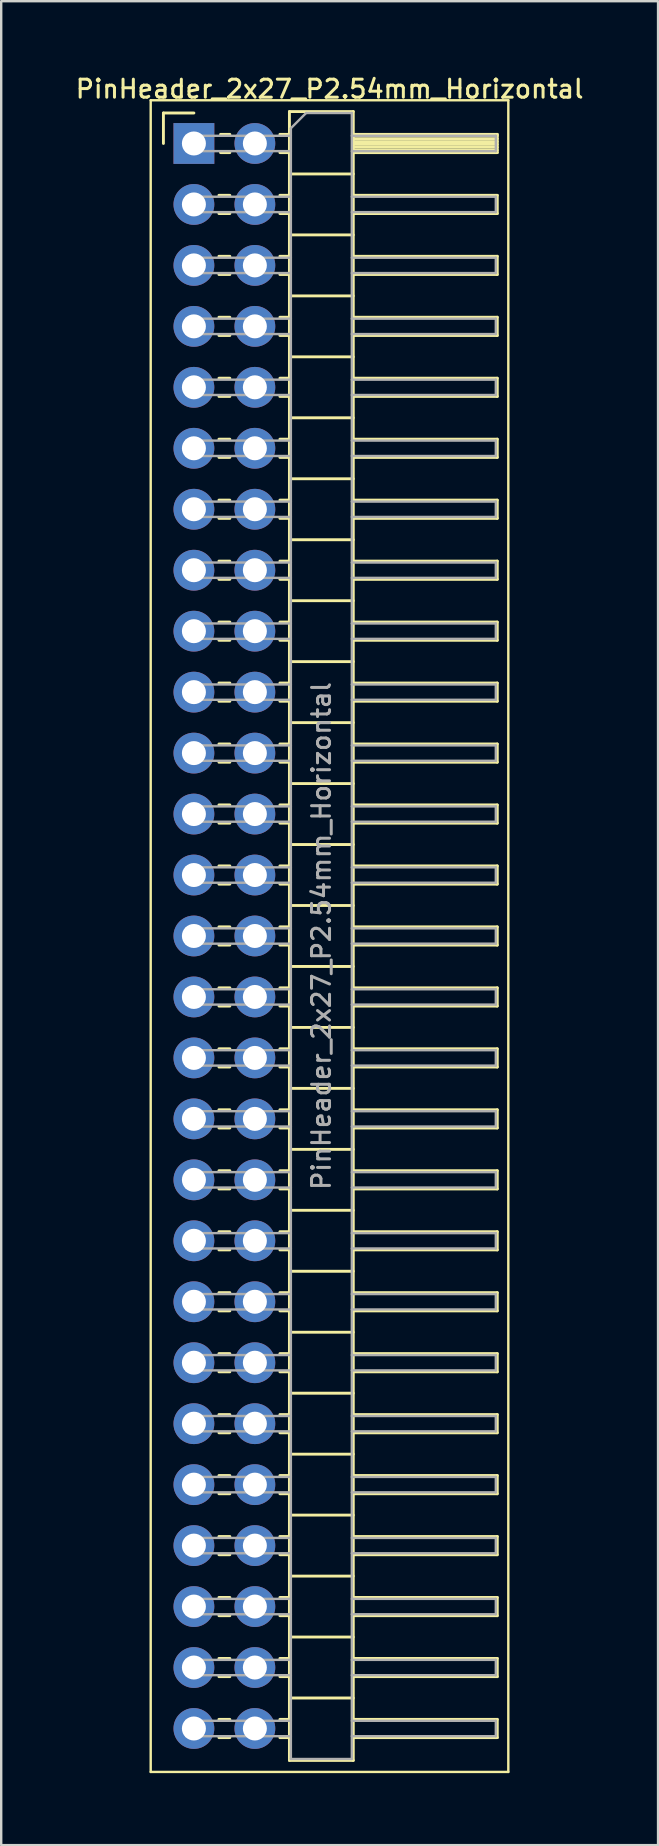
<source format=kicad_pcb>
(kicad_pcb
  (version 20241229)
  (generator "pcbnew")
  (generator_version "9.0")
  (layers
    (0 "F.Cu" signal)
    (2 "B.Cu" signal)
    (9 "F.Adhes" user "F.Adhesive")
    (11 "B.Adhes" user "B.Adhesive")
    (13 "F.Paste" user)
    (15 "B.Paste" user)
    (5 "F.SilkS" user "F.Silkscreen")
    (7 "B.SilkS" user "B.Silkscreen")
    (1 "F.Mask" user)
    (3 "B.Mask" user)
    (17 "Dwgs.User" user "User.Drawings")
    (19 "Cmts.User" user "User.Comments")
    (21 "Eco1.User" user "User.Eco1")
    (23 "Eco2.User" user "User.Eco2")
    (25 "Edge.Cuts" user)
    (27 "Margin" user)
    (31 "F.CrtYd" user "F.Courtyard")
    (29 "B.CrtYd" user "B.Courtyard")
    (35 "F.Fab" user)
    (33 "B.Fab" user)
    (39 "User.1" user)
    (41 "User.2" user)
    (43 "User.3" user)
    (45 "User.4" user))
  (footprint "PinHeader_2x27_P2.54mm_Horizontal"
    (layer "F.Cu")
    (at 5.029 2.928)
    (property "Reference" "PinHeader_2x27_P2.54mm_Horizontal" (at 5.655 -2.27 0) (layer "F.SilkS") (effects (font (size 0.75 0.75) (thickness 0.125))))
    (attr through_hole)
    (fp_line (start -1.8 -1.8) (end -1.8 67.85) (stroke (width 0.1) (type solid)) (layer "F.SilkS"))
    (fp_line (start -1.8 67.85) (end 13.1 67.85) (stroke (width 0.1) (type solid)) (layer "F.SilkS"))
    (fp_line (start -1.27 -1.27) (end 0 -1.27) (stroke (width 0.12) (type solid)) (layer "F.SilkS"))
    (fp_line (start -1.27 0) (end -1.27 -1.27) (stroke (width 0.12) (type solid)) (layer "F.SilkS"))
    (fp_line (start 1.043 2.16) (end 1.497 2.16) (stroke (width 0.12) (type solid)) (layer "F.SilkS"))
    (fp_line (start 1.043 2.92) (end 1.497 2.92) (stroke (width 0.12) (type solid)) (layer "F.SilkS"))
    (fp_line (start 1.043 4.7) (end 1.497 4.7) (stroke (width 0.12) (type solid)) (layer "F.SilkS"))
    (fp_line (start 1.043 5.46) (end 1.497 5.46) (stroke (width 0.12) (type solid)) (layer "F.SilkS"))
    (fp_line (start 1.043 7.24) (end 1.497 7.24) (stroke (width 0.12) (type solid)) (layer "F.SilkS"))
    (fp_line (start 1.043 8) (end 1.497 8) (stroke (width 0.12) (type solid)) (layer "F.SilkS"))
    (fp_line (start 1.043 9.78) (end 1.497 9.78) (stroke (width 0.12) (type solid)) (layer "F.SilkS"))
    (fp_line (start 1.043 10.54) (end 1.497 10.54) (stroke (width 0.12) (type solid)) (layer "F.SilkS"))
    (fp_line (start 1.043 12.32) (end 1.497 12.32) (stroke (width 0.12) (type solid)) (layer "F.SilkS"))
    (fp_line (start 1.043 13.08) (end 1.497 13.08) (stroke (width 0.12) (type solid)) (layer "F.SilkS"))
    (fp_line (start 1.043 14.86) (end 1.497 14.86) (stroke (width 0.12) (type solid)) (layer "F.SilkS"))
    (fp_line (start 1.043 15.62) (end 1.497 15.62) (stroke (width 0.12) (type solid)) (layer "F.SilkS"))
    (fp_line (start 1.043 17.4) (end 1.497 17.4) (stroke (width 0.12) (type solid)) (layer "F.SilkS"))
    (fp_line (start 1.043 18.16) (end 1.497 18.16) (stroke (width 0.12) (type solid)) (layer "F.SilkS"))
    (fp_line (start 1.043 19.94) (end 1.497 19.94) (stroke (width 0.12) (type solid)) (layer "F.SilkS"))
    (fp_line (start 1.043 20.7) (end 1.497 20.7) (stroke (width 0.12) (type solid)) (layer "F.SilkS"))
    (fp_line (start 1.043 22.48) (end 1.497 22.48) (stroke (width 0.12) (type solid)) (layer "F.SilkS"))
    (fp_line (start 1.043 23.24) (end 1.497 23.24) (stroke (width 0.12) (type solid)) (layer "F.SilkS"))
    (fp_line (start 1.043 25.02) (end 1.497 25.02) (stroke (width 0.12) (type solid)) (layer "F.SilkS"))
    (fp_line (start 1.043 25.78) (end 1.497 25.78) (stroke (width 0.12) (type solid)) (layer "F.SilkS"))
    (fp_line (start 1.043 27.56) (end 1.497 27.56) (stroke (width 0.12) (type solid)) (layer "F.SilkS"))
    (fp_line (start 1.043 28.32) (end 1.497 28.32) (stroke (width 0.12) (type solid)) (layer "F.SilkS"))
    (fp_line (start 1.043 30.1) (end 1.497 30.1) (stroke (width 0.12) (type solid)) (layer "F.SilkS"))
    (fp_line (start 1.043 30.86) (end 1.497 30.86) (stroke (width 0.12) (type solid)) (layer "F.SilkS"))
    (fp_line (start 1.043 32.64) (end 1.497 32.64) (stroke (width 0.12) (type solid)) (layer "F.SilkS"))
    (fp_line (start 1.043 33.4) (end 1.497 33.4) (stroke (width 0.12) (type solid)) (layer "F.SilkS"))
    (fp_line (start 1.043 35.18) (end 1.497 35.18) (stroke (width 0.12) (type solid)) (layer "F.SilkS"))
    (fp_line (start 1.043 35.94) (end 1.497 35.94) (stroke (width 0.12) (type solid)) (layer "F.SilkS"))
    (fp_line (start 1.043 37.72) (end 1.497 37.72) (stroke (width 0.12) (type solid)) (layer "F.SilkS"))
    (fp_line (start 1.043 38.48) (end 1.497 38.48) (stroke (width 0.12) (type solid)) (layer "F.SilkS"))
    (fp_line (start 1.043 40.26) (end 1.497 40.26) (stroke (width 0.12) (type solid)) (layer "F.SilkS"))
    (fp_line (start 1.043 41.02) (end 1.497 41.02) (stroke (width 0.12) (type solid)) (layer "F.SilkS"))
    (fp_line (start 1.043 42.8) (end 1.497 42.8) (stroke (width 0.12) (type solid)) (layer "F.SilkS"))
    (fp_line (start 1.043 43.56) (end 1.497 43.56) (stroke (width 0.12) (type solid)) (layer "F.SilkS"))
    (fp_line (start 1.043 45.34) (end 1.497 45.34) (stroke (width 0.12) (type solid)) (layer "F.SilkS"))
    (fp_line (start 1.043 46.1) (end 1.497 46.1) (stroke (width 0.12) (type solid)) (layer "F.SilkS"))
    (fp_line (start 1.043 47.88) (end 1.497 47.88) (stroke (width 0.12) (type solid)) (layer "F.SilkS"))
    (fp_line (start 1.043 48.64) (end 1.497 48.64) (stroke (width 0.12) (type solid)) (layer "F.SilkS"))
    (fp_line (start 1.043 50.42) (end 1.497 50.42) (stroke (width 0.12) (type solid)) (layer "F.SilkS"))
    (fp_line (start 1.043 51.18) (end 1.497 51.18) (stroke (width 0.12) (type solid)) (layer "F.SilkS"))
    (fp_line (start 1.043 52.96) (end 1.497 52.96) (stroke (width 0.12) (type solid)) (layer "F.SilkS"))
    (fp_line (start 1.043 53.72) (end 1.497 53.72) (stroke (width 0.12) (type solid)) (layer "F.SilkS"))
    (fp_line (start 1.043 55.5) (end 1.497 55.5) (stroke (width 0.12) (type solid)) (layer "F.SilkS"))
    (fp_line (start 1.043 56.26) (end 1.497 56.26) (stroke (width 0.12) (type solid)) (layer "F.SilkS"))
    (fp_line (start 1.043 58.04) (end 1.497 58.04) (stroke (width 0.12) (type solid)) (layer "F.SilkS"))
    (fp_line (start 1.043 58.8) (end 1.497 58.8) (stroke (width 0.12) (type solid)) (layer "F.SilkS"))
    (fp_line (start 1.043 60.58) (end 1.497 60.58) (stroke (width 0.12) (type solid)) (layer "F.SilkS"))
    (fp_line (start 1.043 61.34) (end 1.497 61.34) (stroke (width 0.12) (type solid)) (layer "F.SilkS"))
    (fp_line (start 1.043 63.12) (end 1.497 63.12) (stroke (width 0.12) (type solid)) (layer "F.SilkS"))
    (fp_line (start 1.043 63.88) (end 1.497 63.88) (stroke (width 0.12) (type solid)) (layer "F.SilkS"))
    (fp_line (start 1.043 65.66) (end 1.497 65.66) (stroke (width 0.12) (type solid)) (layer "F.SilkS"))
    (fp_line (start 1.043 66.42) (end 1.497 66.42) (stroke (width 0.12) (type solid)) (layer "F.SilkS"))
    (fp_line (start 1.11 -0.38) (end 1.497 -0.38) (stroke (width 0.12) (type solid)) (layer "F.SilkS"))
    (fp_line (start 1.11 0.38) (end 1.497 0.38) (stroke (width 0.12) (type solid)) (layer "F.SilkS"))
    (fp_line (start 3.583 -0.38) (end 3.98 -0.38) (stroke (width 0.12) (type solid)) (layer "F.SilkS"))
    (fp_line (start 3.583 0.38) (end 3.98 0.38) (stroke (width 0.12) (type solid)) (layer "F.SilkS"))
    (fp_line (start 3.583 2.16) (end 3.98 2.16) (stroke (width 0.12) (type solid)) (layer "F.SilkS"))
    (fp_line (start 3.583 2.92) (end 3.98 2.92) (stroke (width 0.12) (type solid)) (layer "F.SilkS"))
    (fp_line (start 3.583 4.7) (end 3.98 4.7) (stroke (width 0.12) (type solid)) (layer "F.SilkS"))
    (fp_line (start 3.583 5.46) (end 3.98 5.46) (stroke (width 0.12) (type solid)) (layer "F.SilkS"))
    (fp_line (start 3.583 7.24) (end 3.98 7.24) (stroke (width 0.12) (type solid)) (layer "F.SilkS"))
    (fp_line (start 3.583 8) (end 3.98 8) (stroke (width 0.12) (type solid)) (layer "F.SilkS"))
    (fp_line (start 3.583 9.78) (end 3.98 9.78) (stroke (width 0.12) (type solid)) (layer "F.SilkS"))
    (fp_line (start 3.583 10.54) (end 3.98 10.54) (stroke (width 0.12) (type solid)) (layer "F.SilkS"))
    (fp_line (start 3.583 12.32) (end 3.98 12.32) (stroke (width 0.12) (type solid)) (layer "F.SilkS"))
    (fp_line (start 3.583 13.08) (end 3.98 13.08) (stroke (width 0.12) (type solid)) (layer "F.SilkS"))
    (fp_line (start 3.583 14.86) (end 3.98 14.86) (stroke (width 0.12) (type solid)) (layer "F.SilkS"))
    (fp_line (start 3.583 15.62) (end 3.98 15.62) (stroke (width 0.12) (type solid)) (layer "F.SilkS"))
    (fp_line (start 3.583 17.4) (end 3.98 17.4) (stroke (width 0.12) (type solid)) (layer "F.SilkS"))
    (fp_line (start 3.583 18.16) (end 3.98 18.16) (stroke (width 0.12) (type solid)) (layer "F.SilkS"))
    (fp_line (start 3.583 19.94) (end 3.98 19.94) (stroke (width 0.12) (type solid)) (layer "F.SilkS"))
    (fp_line (start 3.583 20.7) (end 3.98 20.7) (stroke (width 0.12) (type solid)) (layer "F.SilkS"))
    (fp_line (start 3.583 22.48) (end 3.98 22.48) (stroke (width 0.12) (type solid)) (layer "F.SilkS"))
    (fp_line (start 3.583 23.24) (end 3.98 23.24) (stroke (width 0.12) (type solid)) (layer "F.SilkS"))
    (fp_line (start 3.583 25.02) (end 3.98 25.02) (stroke (width 0.12) (type solid)) (layer "F.SilkS"))
    (fp_line (start 3.583 25.78) (end 3.98 25.78) (stroke (width 0.12) (type solid)) (layer "F.SilkS"))
    (fp_line (start 3.583 27.56) (end 3.98 27.56) (stroke (width 0.12) (type solid)) (layer "F.SilkS"))
    (fp_line (start 3.583 28.32) (end 3.98 28.32) (stroke (width 0.12) (type solid)) (layer "F.SilkS"))
    (fp_line (start 3.583 30.1) (end 3.98 30.1) (stroke (width 0.12) (type solid)) (layer "F.SilkS"))
    (fp_line (start 3.583 30.86) (end 3.98 30.86) (stroke (width 0.12) (type solid)) (layer "F.SilkS"))
    (fp_line (start 3.583 32.64) (end 3.98 32.64) (stroke (width 0.12) (type solid)) (layer "F.SilkS"))
    (fp_line (start 3.583 33.4) (end 3.98 33.4) (stroke (width 0.12) (type solid)) (layer "F.SilkS"))
    (fp_line (start 3.583 35.18) (end 3.98 35.18) (stroke (width 0.12) (type solid)) (layer "F.SilkS"))
    (fp_line (start 3.583 35.94) (end 3.98 35.94) (stroke (width 0.12) (type solid)) (layer "F.SilkS"))
    (fp_line (start 3.583 37.72) (end 3.98 37.72) (stroke (width 0.12) (type solid)) (layer "F.SilkS"))
    (fp_line (start 3.583 38.48) (end 3.98 38.48) (stroke (width 0.12) (type solid)) (layer "F.SilkS"))
    (fp_line (start 3.583 40.26) (end 3.98 40.26) (stroke (width 0.12) (type solid)) (layer "F.SilkS"))
    (fp_line (start 3.583 41.02) (end 3.98 41.02) (stroke (width 0.12) (type solid)) (layer "F.SilkS"))
    (fp_line (start 3.583 42.8) (end 3.98 42.8) (stroke (width 0.12) (type solid)) (layer "F.SilkS"))
    (fp_line (start 3.583 43.56) (end 3.98 43.56) (stroke (width 0.12) (type solid)) (layer "F.SilkS"))
    (fp_line (start 3.583 45.34) (end 3.98 45.34) (stroke (width 0.12) (type solid)) (layer "F.SilkS"))
    (fp_line (start 3.583 46.1) (end 3.98 46.1) (stroke (width 0.12) (type solid)) (layer "F.SilkS"))
    (fp_line (start 3.583 47.88) (end 3.98 47.88) (stroke (width 0.12) (type solid)) (layer "F.SilkS"))
    (fp_line (start 3.583 48.64) (end 3.98 48.64) (stroke (width 0.12) (type solid)) (layer "F.SilkS"))
    (fp_line (start 3.583 50.42) (end 3.98 50.42) (stroke (width 0.12) (type solid)) (layer "F.SilkS"))
    (fp_line (start 3.583 51.18) (end 3.98 51.18) (stroke (width 0.12) (type solid)) (layer "F.SilkS"))
    (fp_line (start 3.583 52.96) (end 3.98 52.96) (stroke (width 0.12) (type solid)) (layer "F.SilkS"))
    (fp_line (start 3.583 53.72) (end 3.98 53.72) (stroke (width 0.12) (type solid)) (layer "F.SilkS"))
    (fp_line (start 3.583 55.5) (end 3.98 55.5) (stroke (width 0.12) (type solid)) (layer "F.SilkS"))
    (fp_line (start 3.583 56.26) (end 3.98 56.26) (stroke (width 0.12) (type solid)) (layer "F.SilkS"))
    (fp_line (start 3.583 58.04) (end 3.98 58.04) (stroke (width 0.12) (type solid)) (layer "F.SilkS"))
    (fp_line (start 3.583 58.8) (end 3.98 58.8) (stroke (width 0.12) (type solid)) (layer "F.SilkS"))
    (fp_line (start 3.583 60.58) (end 3.98 60.58) (stroke (width 0.12) (type solid)) (layer "F.SilkS"))
    (fp_line (start 3.583 61.34) (end 3.98 61.34) (stroke (width 0.12) (type solid)) (layer "F.SilkS"))
    (fp_line (start 3.583 63.12) (end 3.98 63.12) (stroke (width 0.12) (type solid)) (layer "F.SilkS"))
    (fp_line (start 3.583 63.88) (end 3.98 63.88) (stroke (width 0.12) (type solid)) (layer "F.SilkS"))
    (fp_line (start 3.583 65.66) (end 3.98 65.66) (stroke (width 0.12) (type solid)) (layer "F.SilkS"))
    (fp_line (start 3.583 66.42) (end 3.98 66.42) (stroke (width 0.12) (type solid)) (layer "F.SilkS"))
    (fp_line (start 3.98 -1.33) (end 3.98 67.37) (stroke (width 0.12) (type solid)) (layer "F.SilkS"))
    (fp_line (start 3.98 1.27) (end 6.64 1.27) (stroke (width 0.12) (type solid)) (layer "F.SilkS"))
    (fp_line (start 3.98 3.81) (end 6.64 3.81) (stroke (width 0.12) (type solid)) (layer "F.SilkS"))
    (fp_line (start 3.98 6.35) (end 6.64 6.35) (stroke (width 0.12) (type solid)) (layer "F.SilkS"))
    (fp_line (start 3.98 8.89) (end 6.64 8.89) (stroke (width 0.12) (type solid)) (layer "F.SilkS"))
    (fp_line (start 3.98 11.43) (end 6.64 11.43) (stroke (width 0.12) (type solid)) (layer "F.SilkS"))
    (fp_line (start 3.98 13.97) (end 6.64 13.97) (stroke (width 0.12) (type solid)) (layer "F.SilkS"))
    (fp_line (start 3.98 16.51) (end 6.64 16.51) (stroke (width 0.12) (type solid)) (layer "F.SilkS"))
    (fp_line (start 3.98 19.05) (end 6.64 19.05) (stroke (width 0.12) (type solid)) (layer "F.SilkS"))
    (fp_line (start 3.98 21.59) (end 6.64 21.59) (stroke (width 0.12) (type solid)) (layer "F.SilkS"))
    (fp_line (start 3.98 24.13) (end 6.64 24.13) (stroke (width 0.12) (type solid)) (layer "F.SilkS"))
    (fp_line (start 3.98 26.67) (end 6.64 26.67) (stroke (width 0.12) (type solid)) (layer "F.SilkS"))
    (fp_line (start 3.98 29.21) (end 6.64 29.21) (stroke (width 0.12) (type solid)) (layer "F.SilkS"))
    (fp_line (start 3.98 31.75) (end 6.64 31.75) (stroke (width 0.12) (type solid)) (layer "F.SilkS"))
    (fp_line (start 3.98 34.29) (end 6.64 34.29) (stroke (width 0.12) (type solid)) (layer "F.SilkS"))
    (fp_line (start 3.98 36.83) (end 6.64 36.83) (stroke (width 0.12) (type solid)) (layer "F.SilkS"))
    (fp_line (start 3.98 39.37) (end 6.64 39.37) (stroke (width 0.12) (type solid)) (layer "F.SilkS"))
    (fp_line (start 3.98 41.91) (end 6.64 41.91) (stroke (width 0.12) (type solid)) (layer "F.SilkS"))
    (fp_line (start 3.98 44.45) (end 6.64 44.45) (stroke (width 0.12) (type solid)) (layer "F.SilkS"))
    (fp_line (start 3.98 46.99) (end 6.64 46.99) (stroke (width 0.12) (type solid)) (layer "F.SilkS"))
    (fp_line (start 3.98 49.53) (end 6.64 49.53) (stroke (width 0.12) (type solid)) (layer "F.SilkS"))
    (fp_line (start 3.98 52.07) (end 6.64 52.07) (stroke (width 0.12) (type solid)) (layer "F.SilkS"))
    (fp_line (start 3.98 54.61) (end 6.64 54.61) (stroke (width 0.12) (type solid)) (layer "F.SilkS"))
    (fp_line (start 3.98 57.15) (end 6.64 57.15) (stroke (width 0.12) (type solid)) (layer "F.SilkS"))
    (fp_line (start 3.98 59.69) (end 6.64 59.69) (stroke (width 0.12) (type solid)) (layer "F.SilkS"))
    (fp_line (start 3.98 62.23) (end 6.64 62.23) (stroke (width 0.12) (type solid)) (layer "F.SilkS"))
    (fp_line (start 3.98 64.77) (end 6.64 64.77) (stroke (width 0.12) (type solid)) (layer "F.SilkS"))
    (fp_line (start 3.98 67.37) (end 6.64 67.37) (stroke (width 0.12) (type solid)) (layer "F.SilkS"))
    (fp_line (start 6.64 -1.33) (end 3.98 -1.33) (stroke (width 0.12) (type solid)) (layer "F.SilkS"))
    (fp_line (start 6.64 -0.38) (end 12.64 -0.38) (stroke (width 0.12) (type solid)) (layer "F.SilkS"))
    (fp_line (start 6.64 -0.32) (end 12.64 -0.32) (stroke (width 0.12) (type solid)) (layer "F.SilkS"))
    (fp_line (start 6.64 -0.2) (end 12.64 -0.2) (stroke (width 0.12) (type solid)) (layer "F.SilkS"))
    (fp_line (start 6.64 -0.08) (end 12.64 -0.08) (stroke (width 0.12) (type solid)) (layer "F.SilkS"))
    (fp_line (start 6.64 0.04) (end 12.64 0.04) (stroke (width 0.12) (type solid)) (layer "F.SilkS"))
    (fp_line (start 6.64 0.16) (end 12.64 0.16) (stroke (width 0.12) (type solid)) (layer "F.SilkS"))
    (fp_line (start 6.64 0.28) (end 12.64 0.28) (stroke (width 0.12) (type solid)) (layer "F.SilkS"))
    (fp_line (start 6.64 2.16) (end 12.64 2.16) (stroke (width 0.12) (type solid)) (layer "F.SilkS"))
    (fp_line (start 6.64 4.7) (end 12.64 4.7) (stroke (width 0.12) (type solid)) (layer "F.SilkS"))
    (fp_line (start 6.64 7.24) (end 12.64 7.24) (stroke (width 0.12) (type solid)) (layer "F.SilkS"))
    (fp_line (start 6.64 9.78) (end 12.64 9.78) (stroke (width 0.12) (type solid)) (layer "F.SilkS"))
    (fp_line (start 6.64 12.32) (end 12.64 12.32) (stroke (width 0.12) (type solid)) (layer "F.SilkS"))
    (fp_line (start 6.64 14.86) (end 12.64 14.86) (stroke (width 0.12) (type solid)) (layer "F.SilkS"))
    (fp_line (start 6.64 17.4) (end 12.64 17.4) (stroke (width 0.12) (type solid)) (layer "F.SilkS"))
    (fp_line (start 6.64 19.94) (end 12.64 19.94) (stroke (width 0.12) (type solid)) (layer "F.SilkS"))
    (fp_line (start 6.64 22.48) (end 12.64 22.48) (stroke (width 0.12) (type solid)) (layer "F.SilkS"))
    (fp_line (start 6.64 25.02) (end 12.64 25.02) (stroke (width 0.12) (type solid)) (layer "F.SilkS"))
    (fp_line (start 6.64 27.56) (end 12.64 27.56) (stroke (width 0.12) (type solid)) (layer "F.SilkS"))
    (fp_line (start 6.64 30.1) (end 12.64 30.1) (stroke (width 0.12) (type solid)) (layer "F.SilkS"))
    (fp_line (start 6.64 32.64) (end 12.64 32.64) (stroke (width 0.12) (type solid)) (layer "F.SilkS"))
    (fp_line (start 6.64 35.18) (end 12.64 35.18) (stroke (width 0.12) (type solid)) (layer "F.SilkS"))
    (fp_line (start 6.64 37.72) (end 12.64 37.72) (stroke (width 0.12) (type solid)) (layer "F.SilkS"))
    (fp_line (start 6.64 40.26) (end 12.64 40.26) (stroke (width 0.12) (type solid)) (layer "F.SilkS"))
    (fp_line (start 6.64 42.8) (end 12.64 42.8) (stroke (width 0.12) (type solid)) (layer "F.SilkS"))
    (fp_line (start 6.64 45.34) (end 12.64 45.34) (stroke (width 0.12) (type solid)) (layer "F.SilkS"))
    (fp_line (start 6.64 47.88) (end 12.64 47.88) (stroke (width 0.12) (type solid)) (layer "F.SilkS"))
    (fp_line (start 6.64 50.42) (end 12.64 50.42) (stroke (width 0.12) (type solid)) (layer "F.SilkS"))
    (fp_line (start 6.64 52.96) (end 12.64 52.96) (stroke (width 0.12) (type solid)) (layer "F.SilkS"))
    (fp_line (start 6.64 55.5) (end 12.64 55.5) (stroke (width 0.12) (type solid)) (layer "F.SilkS"))
    (fp_line (start 6.64 58.04) (end 12.64 58.04) (stroke (width 0.12) (type solid)) (layer "F.SilkS"))
    (fp_line (start 6.64 60.58) (end 12.64 60.58) (stroke (width 0.12) (type solid)) (layer "F.SilkS"))
    (fp_line (start 6.64 63.12) (end 12.64 63.12) (stroke (width 0.12) (type solid)) (layer "F.SilkS"))
    (fp_line (start 6.64 65.66) (end 12.64 65.66) (stroke (width 0.12) (type solid)) (layer "F.SilkS"))
    (fp_line (start 6.64 67.37) (end 6.64 -1.33) (stroke (width 0.12) (type solid)) (layer "F.SilkS"))
    (fp_line (start 12.64 -0.38) (end 12.64 0.38) (stroke (width 0.12) (type solid)) (layer "F.SilkS"))
    (fp_line (start 12.64 0.38) (end 6.64 0.38) (stroke (width 0.12) (type solid)) (layer "F.SilkS"))
    (fp_line (start 12.64 2.16) (end 12.64 2.92) (stroke (width 0.12) (type solid)) (layer "F.SilkS"))
    (fp_line (start 12.64 2.92) (end 6.64 2.92) (stroke (width 0.12) (type solid)) (layer "F.SilkS"))
    (fp_line (start 12.64 4.7) (end 12.64 5.46) (stroke (width 0.12) (type solid)) (layer "F.SilkS"))
    (fp_line (start 12.64 5.46) (end 6.64 5.46) (stroke (width 0.12) (type solid)) (layer "F.SilkS"))
    (fp_line (start 12.64 7.24) (end 12.64 8) (stroke (width 0.12) (type solid)) (layer "F.SilkS"))
    (fp_line (start 12.64 8) (end 6.64 8) (stroke (width 0.12) (type solid)) (layer "F.SilkS"))
    (fp_line (start 12.64 9.78) (end 12.64 10.54) (stroke (width 0.12) (type solid)) (layer "F.SilkS"))
    (fp_line (start 12.64 10.54) (end 6.64 10.54) (stroke (width 0.12) (type solid)) (layer "F.SilkS"))
    (fp_line (start 12.64 12.32) (end 12.64 13.08) (stroke (width 0.12) (type solid)) (layer "F.SilkS"))
    (fp_line (start 12.64 13.08) (end 6.64 13.08) (stroke (width 0.12) (type solid)) (layer "F.SilkS"))
    (fp_line (start 12.64 14.86) (end 12.64 15.62) (stroke (width 0.12) (type solid)) (layer "F.SilkS"))
    (fp_line (start 12.64 15.62) (end 6.64 15.62) (stroke (width 0.12) (type solid)) (layer "F.SilkS"))
    (fp_line (start 12.64 17.4) (end 12.64 18.16) (stroke (width 0.12) (type solid)) (layer "F.SilkS"))
    (fp_line (start 12.64 18.16) (end 6.64 18.16) (stroke (width 0.12) (type solid)) (layer "F.SilkS"))
    (fp_line (start 12.64 19.94) (end 12.64 20.7) (stroke (width 0.12) (type solid)) (layer "F.SilkS"))
    (fp_line (start 12.64 20.7) (end 6.64 20.7) (stroke (width 0.12) (type solid)) (layer "F.SilkS"))
    (fp_line (start 12.64 22.48) (end 12.64 23.24) (stroke (width 0.12) (type solid)) (layer "F.SilkS"))
    (fp_line (start 12.64 23.24) (end 6.64 23.24) (stroke (width 0.12) (type solid)) (layer "F.SilkS"))
    (fp_line (start 12.64 25.02) (end 12.64 25.78) (stroke (width 0.12) (type solid)) (layer "F.SilkS"))
    (fp_line (start 12.64 25.78) (end 6.64 25.78) (stroke (width 0.12) (type solid)) (layer "F.SilkS"))
    (fp_line (start 12.64 27.56) (end 12.64 28.32) (stroke (width 0.12) (type solid)) (layer "F.SilkS"))
    (fp_line (start 12.64 28.32) (end 6.64 28.32) (stroke (width 0.12) (type solid)) (layer "F.SilkS"))
    (fp_line (start 12.64 30.1) (end 12.64 30.86) (stroke (width 0.12) (type solid)) (layer "F.SilkS"))
    (fp_line (start 12.64 30.86) (end 6.64 30.86) (stroke (width 0.12) (type solid)) (layer "F.SilkS"))
    (fp_line (start 12.64 32.64) (end 12.64 33.4) (stroke (width 0.12) (type solid)) (layer "F.SilkS"))
    (fp_line (start 12.64 33.4) (end 6.64 33.4) (stroke (width 0.12) (type solid)) (layer "F.SilkS"))
    (fp_line (start 12.64 35.18) (end 12.64 35.94) (stroke (width 0.12) (type solid)) (layer "F.SilkS"))
    (fp_line (start 12.64 35.94) (end 6.64 35.94) (stroke (width 0.12) (type solid)) (layer "F.SilkS"))
    (fp_line (start 12.64 37.72) (end 12.64 38.48) (stroke (width 0.12) (type solid)) (layer "F.SilkS"))
    (fp_line (start 12.64 38.48) (end 6.64 38.48) (stroke (width 0.12) (type solid)) (layer "F.SilkS"))
    (fp_line (start 12.64 40.26) (end 12.64 41.02) (stroke (width 0.12) (type solid)) (layer "F.SilkS"))
    (fp_line (start 12.64 41.02) (end 6.64 41.02) (stroke (width 0.12) (type solid)) (layer "F.SilkS"))
    (fp_line (start 12.64 42.8) (end 12.64 43.56) (stroke (width 0.12) (type solid)) (layer "F.SilkS"))
    (fp_line (start 12.64 43.56) (end 6.64 43.56) (stroke (width 0.12) (type solid)) (layer "F.SilkS"))
    (fp_line (start 12.64 45.34) (end 12.64 46.1) (stroke (width 0.12) (type solid)) (layer "F.SilkS"))
    (fp_line (start 12.64 46.1) (end 6.64 46.1) (stroke (width 0.12) (type solid)) (layer "F.SilkS"))
    (fp_line (start 12.64 47.88) (end 12.64 48.64) (stroke (width 0.12) (type solid)) (layer "F.SilkS"))
    (fp_line (start 12.64 48.64) (end 6.64 48.64) (stroke (width 0.12) (type solid)) (layer "F.SilkS"))
    (fp_line (start 12.64 50.42) (end 12.64 51.18) (stroke (width 0.12) (type solid)) (layer "F.SilkS"))
    (fp_line (start 12.64 51.18) (end 6.64 51.18) (stroke (width 0.12) (type solid)) (layer "F.SilkS"))
    (fp_line (start 12.64 52.96) (end 12.64 53.72) (stroke (width 0.12) (type solid)) (layer "F.SilkS"))
    (fp_line (start 12.64 53.72) (end 6.64 53.72) (stroke (width 0.12) (type solid)) (layer "F.SilkS"))
    (fp_line (start 12.64 55.5) (end 12.64 56.26) (stroke (width 0.12) (type solid)) (layer "F.SilkS"))
    (fp_line (start 12.64 56.26) (end 6.64 56.26) (stroke (width 0.12) (type solid)) (layer "F.SilkS"))
    (fp_line (start 12.64 58.04) (end 12.64 58.8) (stroke (width 0.12) (type solid)) (layer "F.SilkS"))
    (fp_line (start 12.64 58.8) (end 6.64 58.8) (stroke (width 0.12) (type solid)) (layer "F.SilkS"))
    (fp_line (start 12.64 60.58) (end 12.64 61.34) (stroke (width 0.12) (type solid)) (layer "F.SilkS"))
    (fp_line (start 12.64 61.34) (end 6.64 61.34) (stroke (width 0.12) (type solid)) (layer "F.SilkS"))
    (fp_line (start 12.64 63.12) (end 12.64 63.88) (stroke (width 0.12) (type solid)) (layer "F.SilkS"))
    (fp_line (start 12.64 63.88) (end 6.64 63.88) (stroke (width 0.12) (type solid)) (layer "F.SilkS"))
    (fp_line (start 12.64 65.66) (end 12.64 66.42) (stroke (width 0.12) (type solid)) (layer "F.SilkS"))
    (fp_line (start 12.64 66.42) (end 6.64 66.42) (stroke (width 0.12) (type solid)) (layer "F.SilkS"))
    (fp_line (start 13.1 -1.8) (end -1.8 -1.8) (stroke (width 0.1) (type solid)) (layer "F.SilkS"))
    (fp_line (start 13.1 67.85) (end 13.1 -1.8) (stroke (width 0.1) (type solid)) (layer "F.SilkS"))
    (fp_line (start -0.32 -0.32) (end -0.32 0.32) (stroke (width 0.1) (type solid)) (layer "F.Fab"))
    (fp_line (start -0.32 -0.32) (end 4.04 -0.32) (stroke (width 0.1) (type solid)) (layer "F.Fab"))
    (fp_line (start -0.32 0.32) (end 4.04 0.32) (stroke (width 0.1) (type solid)) (layer "F.Fab"))
    (fp_line (start -0.32 2.22) (end -0.32 2.86) (stroke (width 0.1) (type solid)) (layer "F.Fab"))
    (fp_line (start -0.32 2.22) (end 4.04 2.22) (stroke (width 0.1) (type solid)) (layer "F.Fab"))
    (fp_line (start -0.32 2.86) (end 4.04 2.86) (stroke (width 0.1) (type solid)) (layer "F.Fab"))
    (fp_line (start -0.32 4.76) (end -0.32 5.4) (stroke (width 0.1) (type solid)) (layer "F.Fab"))
    (fp_line (start -0.32 4.76) (end 4.04 4.76) (stroke (width 0.1) (type solid)) (layer "F.Fab"))
    (fp_line (start -0.32 5.4) (end 4.04 5.4) (stroke (width 0.1) (type solid)) (layer "F.Fab"))
    (fp_line (start -0.32 7.3) (end -0.32 7.94) (stroke (width 0.1) (type solid)) (layer "F.Fab"))
    (fp_line (start -0.32 7.3) (end 4.04 7.3) (stroke (width 0.1) (type solid)) (layer "F.Fab"))
    (fp_line (start -0.32 7.94) (end 4.04 7.94) (stroke (width 0.1) (type solid)) (layer "F.Fab"))
    (fp_line (start -0.32 9.84) (end -0.32 10.48) (stroke (width 0.1) (type solid)) (layer "F.Fab"))
    (fp_line (start -0.32 9.84) (end 4.04 9.84) (stroke (width 0.1) (type solid)) (layer "F.Fab"))
    (fp_line (start -0.32 10.48) (end 4.04 10.48) (stroke (width 0.1) (type solid)) (layer "F.Fab"))
    (fp_line (start -0.32 12.38) (end -0.32 13.02) (stroke (width 0.1) (type solid)) (layer "F.Fab"))
    (fp_line (start -0.32 12.38) (end 4.04 12.38) (stroke (width 0.1) (type solid)) (layer "F.Fab"))
    (fp_line (start -0.32 13.02) (end 4.04 13.02) (stroke (width 0.1) (type solid)) (layer "F.Fab"))
    (fp_line (start -0.32 14.92) (end -0.32 15.56) (stroke (width 0.1) (type solid)) (layer "F.Fab"))
    (fp_line (start -0.32 14.92) (end 4.04 14.92) (stroke (width 0.1) (type solid)) (layer "F.Fab"))
    (fp_line (start -0.32 15.56) (end 4.04 15.56) (stroke (width 0.1) (type solid)) (layer "F.Fab"))
    (fp_line (start -0.32 17.46) (end -0.32 18.1) (stroke (width 0.1) (type solid)) (layer "F.Fab"))
    (fp_line (start -0.32 17.46) (end 4.04 17.46) (stroke (width 0.1) (type solid)) (layer "F.Fab"))
    (fp_line (start -0.32 18.1) (end 4.04 18.1) (stroke (width 0.1) (type solid)) (layer "F.Fab"))
    (fp_line (start -0.32 20) (end -0.32 20.64) (stroke (width 0.1) (type solid)) (layer "F.Fab"))
    (fp_line (start -0.32 20) (end 4.04 20) (stroke (width 0.1) (type solid)) (layer "F.Fab"))
    (fp_line (start -0.32 20.64) (end 4.04 20.64) (stroke (width 0.1) (type solid)) (layer "F.Fab"))
    (fp_line (start -0.32 22.54) (end -0.32 23.18) (stroke (width 0.1) (type solid)) (layer "F.Fab"))
    (fp_line (start -0.32 22.54) (end 4.04 22.54) (stroke (width 0.1) (type solid)) (layer "F.Fab"))
    (fp_line (start -0.32 23.18) (end 4.04 23.18) (stroke (width 0.1) (type solid)) (layer "F.Fab"))
    (fp_line (start -0.32 25.08) (end -0.32 25.72) (stroke (width 0.1) (type solid)) (layer "F.Fab"))
    (fp_line (start -0.32 25.08) (end 4.04 25.08) (stroke (width 0.1) (type solid)) (layer "F.Fab"))
    (fp_line (start -0.32 25.72) (end 4.04 25.72) (stroke (width 0.1) (type solid)) (layer "F.Fab"))
    (fp_line (start -0.32 27.62) (end -0.32 28.26) (stroke (width 0.1) (type solid)) (layer "F.Fab"))
    (fp_line (start -0.32 27.62) (end 4.04 27.62) (stroke (width 0.1) (type solid)) (layer "F.Fab"))
    (fp_line (start -0.32 28.26) (end 4.04 28.26) (stroke (width 0.1) (type solid)) (layer "F.Fab"))
    (fp_line (start -0.32 30.16) (end -0.32 30.8) (stroke (width 0.1) (type solid)) (layer "F.Fab"))
    (fp_line (start -0.32 30.16) (end 4.04 30.16) (stroke (width 0.1) (type solid)) (layer "F.Fab"))
    (fp_line (start -0.32 30.8) (end 4.04 30.8) (stroke (width 0.1) (type solid)) (layer "F.Fab"))
    (fp_line (start -0.32 32.7) (end -0.32 33.34) (stroke (width 0.1) (type solid)) (layer "F.Fab"))
    (fp_line (start -0.32 32.7) (end 4.04 32.7) (stroke (width 0.1) (type solid)) (layer "F.Fab"))
    (fp_line (start -0.32 33.34) (end 4.04 33.34) (stroke (width 0.1) (type solid)) (layer "F.Fab"))
    (fp_line (start -0.32 35.24) (end -0.32 35.88) (stroke (width 0.1) (type solid)) (layer "F.Fab"))
    (fp_line (start -0.32 35.24) (end 4.04 35.24) (stroke (width 0.1) (type solid)) (layer "F.Fab"))
    (fp_line (start -0.32 35.88) (end 4.04 35.88) (stroke (width 0.1) (type solid)) (layer "F.Fab"))
    (fp_line (start -0.32 37.78) (end -0.32 38.42) (stroke (width 0.1) (type solid)) (layer "F.Fab"))
    (fp_line (start -0.32 37.78) (end 4.04 37.78) (stroke (width 0.1) (type solid)) (layer "F.Fab"))
    (fp_line (start -0.32 38.42) (end 4.04 38.42) (stroke (width 0.1) (type solid)) (layer "F.Fab"))
    (fp_line (start -0.32 40.32) (end -0.32 40.96) (stroke (width 0.1) (type solid)) (layer "F.Fab"))
    (fp_line (start -0.32 40.32) (end 4.04 40.32) (stroke (width 0.1) (type solid)) (layer "F.Fab"))
    (fp_line (start -0.32 40.96) (end 4.04 40.96) (stroke (width 0.1) (type solid)) (layer "F.Fab"))
    (fp_line (start -0.32 42.86) (end -0.32 43.5) (stroke (width 0.1) (type solid)) (layer "F.Fab"))
    (fp_line (start -0.32 42.86) (end 4.04 42.86) (stroke (width 0.1) (type solid)) (layer "F.Fab"))
    (fp_line (start -0.32 43.5) (end 4.04 43.5) (stroke (width 0.1) (type solid)) (layer "F.Fab"))
    (fp_line (start -0.32 45.4) (end -0.32 46.04) (stroke (width 0.1) (type solid)) (layer "F.Fab"))
    (fp_line (start -0.32 45.4) (end 4.04 45.4) (stroke (width 0.1) (type solid)) (layer "F.Fab"))
    (fp_line (start -0.32 46.04) (end 4.04 46.04) (stroke (width 0.1) (type solid)) (layer "F.Fab"))
    (fp_line (start -0.32 47.94) (end -0.32 48.58) (stroke (width 0.1) (type solid)) (layer "F.Fab"))
    (fp_line (start -0.32 47.94) (end 4.04 47.94) (stroke (width 0.1) (type solid)) (layer "F.Fab"))
    (fp_line (start -0.32 48.58) (end 4.04 48.58) (stroke (width 0.1) (type solid)) (layer "F.Fab"))
    (fp_line (start -0.32 50.48) (end -0.32 51.12) (stroke (width 0.1) (type solid)) (layer "F.Fab"))
    (fp_line (start -0.32 50.48) (end 4.04 50.48) (stroke (width 0.1) (type solid)) (layer "F.Fab"))
    (fp_line (start -0.32 51.12) (end 4.04 51.12) (stroke (width 0.1) (type solid)) (layer "F.Fab"))
    (fp_line (start -0.32 53.02) (end -0.32 53.66) (stroke (width 0.1) (type solid)) (layer "F.Fab"))
    (fp_line (start -0.32 53.02) (end 4.04 53.02) (stroke (width 0.1) (type solid)) (layer "F.Fab"))
    (fp_line (start -0.32 53.66) (end 4.04 53.66) (stroke (width 0.1) (type solid)) (layer "F.Fab"))
    (fp_line (start -0.32 55.56) (end -0.32 56.2) (stroke (width 0.1) (type solid)) (layer "F.Fab"))
    (fp_line (start -0.32 55.56) (end 4.04 55.56) (stroke (width 0.1) (type solid)) (layer "F.Fab"))
    (fp_line (start -0.32 56.2) (end 4.04 56.2) (stroke (width 0.1) (type solid)) (layer "F.Fab"))
    (fp_line (start -0.32 58.1) (end -0.32 58.74) (stroke (width 0.1) (type solid)) (layer "F.Fab"))
    (fp_line (start -0.32 58.1) (end 4.04 58.1) (stroke (width 0.1) (type solid)) (layer "F.Fab"))
    (fp_line (start -0.32 58.74) (end 4.04 58.74) (stroke (width 0.1) (type solid)) (layer "F.Fab"))
    (fp_line (start -0.32 60.64) (end -0.32 61.28) (stroke (width 0.1) (type solid)) (layer "F.Fab"))
    (fp_line (start -0.32 60.64) (end 4.04 60.64) (stroke (width 0.1) (type solid)) (layer "F.Fab"))
    (fp_line (start -0.32 61.28) (end 4.04 61.28) (stroke (width 0.1) (type solid)) (layer "F.Fab"))
    (fp_line (start -0.32 63.18) (end -0.32 63.82) (stroke (width 0.1) (type solid)) (layer "F.Fab"))
    (fp_line (start -0.32 63.18) (end 4.04 63.18) (stroke (width 0.1) (type solid)) (layer "F.Fab"))
    (fp_line (start -0.32 63.82) (end 4.04 63.82) (stroke (width 0.1) (type solid)) (layer "F.Fab"))
    (fp_line (start -0.32 65.72) (end -0.32 66.36) (stroke (width 0.1) (type solid)) (layer "F.Fab"))
    (fp_line (start -0.32 65.72) (end 4.04 65.72) (stroke (width 0.1) (type solid)) (layer "F.Fab"))
    (fp_line (start -0.32 66.36) (end 4.04 66.36) (stroke (width 0.1) (type solid)) (layer "F.Fab"))
    (fp_line (start 4.04 -0.635) (end 4.675 -1.27) (stroke (width 0.1) (type solid)) (layer "F.Fab"))
    (fp_line (start 4.04 67.31) (end 4.04 -0.635) (stroke (width 0.1) (type solid)) (layer "F.Fab"))
    (fp_line (start 4.675 -1.27) (end 6.58 -1.27) (stroke (width 0.1) (type solid)) (layer "F.Fab"))
    (fp_line (start 6.58 -1.27) (end 6.58 67.31) (stroke (width 0.1) (type solid)) (layer "F.Fab"))
    (fp_line (start 6.58 -0.32) (end 12.58 -0.32) (stroke (width 0.1) (type solid)) (layer "F.Fab"))
    (fp_line (start 6.58 0.32) (end 12.58 0.32) (stroke (width 0.1) (type solid)) (layer "F.Fab"))
    (fp_line (start 6.58 2.22) (end 12.58 2.22) (stroke (width 0.1) (type solid)) (layer "F.Fab"))
    (fp_line (start 6.58 2.86) (end 12.58 2.86) (stroke (width 0.1) (type solid)) (layer "F.Fab"))
    (fp_line (start 6.58 4.76) (end 12.58 4.76) (stroke (width 0.1) (type solid)) (layer "F.Fab"))
    (fp_line (start 6.58 5.4) (end 12.58 5.4) (stroke (width 0.1) (type solid)) (layer "F.Fab"))
    (fp_line (start 6.58 7.3) (end 12.58 7.3) (stroke (width 0.1) (type solid)) (layer "F.Fab"))
    (fp_line (start 6.58 7.94) (end 12.58 7.94) (stroke (width 0.1) (type solid)) (layer "F.Fab"))
    (fp_line (start 6.58 9.84) (end 12.58 9.84) (stroke (width 0.1) (type solid)) (layer "F.Fab"))
    (fp_line (start 6.58 10.48) (end 12.58 10.48) (stroke (width 0.1) (type solid)) (layer "F.Fab"))
    (fp_line (start 6.58 12.38) (end 12.58 12.38) (stroke (width 0.1) (type solid)) (layer "F.Fab"))
    (fp_line (start 6.58 13.02) (end 12.58 13.02) (stroke (width 0.1) (type solid)) (layer "F.Fab"))
    (fp_line (start 6.58 14.92) (end 12.58 14.92) (stroke (width 0.1) (type solid)) (layer "F.Fab"))
    (fp_line (start 6.58 15.56) (end 12.58 15.56) (stroke (width 0.1) (type solid)) (layer "F.Fab"))
    (fp_line (start 6.58 17.46) (end 12.58 17.46) (stroke (width 0.1) (type solid)) (layer "F.Fab"))
    (fp_line (start 6.58 18.1) (end 12.58 18.1) (stroke (width 0.1) (type solid)) (layer "F.Fab"))
    (fp_line (start 6.58 20) (end 12.58 20) (stroke (width 0.1) (type solid)) (layer "F.Fab"))
    (fp_line (start 6.58 20.64) (end 12.58 20.64) (stroke (width 0.1) (type solid)) (layer "F.Fab"))
    (fp_line (start 6.58 22.54) (end 12.58 22.54) (stroke (width 0.1) (type solid)) (layer "F.Fab"))
    (fp_line (start 6.58 23.18) (end 12.58 23.18) (stroke (width 0.1) (type solid)) (layer "F.Fab"))
    (fp_line (start 6.58 25.08) (end 12.58 25.08) (stroke (width 0.1) (type solid)) (layer "F.Fab"))
    (fp_line (start 6.58 25.72) (end 12.58 25.72) (stroke (width 0.1) (type solid)) (layer "F.Fab"))
    (fp_line (start 6.58 27.62) (end 12.58 27.62) (stroke (width 0.1) (type solid)) (layer "F.Fab"))
    (fp_line (start 6.58 28.26) (end 12.58 28.26) (stroke (width 0.1) (type solid)) (layer "F.Fab"))
    (fp_line (start 6.58 30.16) (end 12.58 30.16) (stroke (width 0.1) (type solid)) (layer "F.Fab"))
    (fp_line (start 6.58 30.8) (end 12.58 30.8) (stroke (width 0.1) (type solid)) (layer "F.Fab"))
    (fp_line (start 6.58 32.7) (end 12.58 32.7) (stroke (width 0.1) (type solid)) (layer "F.Fab"))
    (fp_line (start 6.58 33.34) (end 12.58 33.34) (stroke (width 0.1) (type solid)) (layer "F.Fab"))
    (fp_line (start 6.58 35.24) (end 12.58 35.24) (stroke (width 0.1) (type solid)) (layer "F.Fab"))
    (fp_line (start 6.58 35.88) (end 12.58 35.88) (stroke (width 0.1) (type solid)) (layer "F.Fab"))
    (fp_line (start 6.58 37.78) (end 12.58 37.78) (stroke (width 0.1) (type solid)) (layer "F.Fab"))
    (fp_line (start 6.58 38.42) (end 12.58 38.42) (stroke (width 0.1) (type solid)) (layer "F.Fab"))
    (fp_line (start 6.58 40.32) (end 12.58 40.32) (stroke (width 0.1) (type solid)) (layer "F.Fab"))
    (fp_line (start 6.58 40.96) (end 12.58 40.96) (stroke (width 0.1) (type solid)) (layer "F.Fab"))
    (fp_line (start 6.58 42.86) (end 12.58 42.86) (stroke (width 0.1) (type solid)) (layer "F.Fab"))
    (fp_line (start 6.58 43.5) (end 12.58 43.5) (stroke (width 0.1) (type solid)) (layer "F.Fab"))
    (fp_line (start 6.58 45.4) (end 12.58 45.4) (stroke (width 0.1) (type solid)) (layer "F.Fab"))
    (fp_line (start 6.58 46.04) (end 12.58 46.04) (stroke (width 0.1) (type solid)) (layer "F.Fab"))
    (fp_line (start 6.58 47.94) (end 12.58 47.94) (stroke (width 0.1) (type solid)) (layer "F.Fab"))
    (fp_line (start 6.58 48.58) (end 12.58 48.58) (stroke (width 0.1) (type solid)) (layer "F.Fab"))
    (fp_line (start 6.58 50.48) (end 12.58 50.48) (stroke (width 0.1) (type solid)) (layer "F.Fab"))
    (fp_line (start 6.58 51.12) (end 12.58 51.12) (stroke (width 0.1) (type solid)) (layer "F.Fab"))
    (fp_line (start 6.58 53.02) (end 12.58 53.02) (stroke (width 0.1) (type solid)) (layer "F.Fab"))
    (fp_line (start 6.58 53.66) (end 12.58 53.66) (stroke (width 0.1) (type solid)) (layer "F.Fab"))
    (fp_line (start 6.58 55.56) (end 12.58 55.56) (stroke (width 0.1) (type solid)) (layer "F.Fab"))
    (fp_line (start 6.58 56.2) (end 12.58 56.2) (stroke (width 0.1) (type solid)) (layer "F.Fab"))
    (fp_line (start 6.58 58.1) (end 12.58 58.1) (stroke (width 0.1) (type solid)) (layer "F.Fab"))
    (fp_line (start 6.58 58.74) (end 12.58 58.74) (stroke (width 0.1) (type solid)) (layer "F.Fab"))
    (fp_line (start 6.58 60.64) (end 12.58 60.64) (stroke (width 0.1) (type solid)) (layer "F.Fab"))
    (fp_line (start 6.58 61.28) (end 12.58 61.28) (stroke (width 0.1) (type solid)) (layer "F.Fab"))
    (fp_line (start 6.58 63.18) (end 12.58 63.18) (stroke (width 0.1) (type solid)) (layer "F.Fab"))
    (fp_line (start 6.58 63.82) (end 12.58 63.82) (stroke (width 0.1) (type solid)) (layer "F.Fab"))
    (fp_line (start 6.58 65.72) (end 12.58 65.72) (stroke (width 0.1) (type solid)) (layer "F.Fab"))
    (fp_line (start 6.58 66.36) (end 12.58 66.36) (stroke (width 0.1) (type solid)) (layer "F.Fab"))
    (fp_line (start 6.58 67.31) (end 4.04 67.31) (stroke (width 0.1) (type solid)) (layer "F.Fab"))
    (fp_line (start 12.58 -0.32) (end 12.58 0.32) (stroke (width 0.1) (type solid)) (layer "F.Fab"))
    (fp_line (start 12.58 2.22) (end 12.58 2.86) (stroke (width 0.1) (type solid)) (layer "F.Fab"))
    (fp_line (start 12.58 4.76) (end 12.58 5.4) (stroke (width 0.1) (type solid)) (layer "F.Fab"))
    (fp_line (start 12.58 7.3) (end 12.58 7.94) (stroke (width 0.1) (type solid)) (layer "F.Fab"))
    (fp_line (start 12.58 9.84) (end 12.58 10.48) (stroke (width 0.1) (type solid)) (layer "F.Fab"))
    (fp_line (start 12.58 12.38) (end 12.58 13.02) (stroke (width 0.1) (type solid)) (layer "F.Fab"))
    (fp_line (start 12.58 14.92) (end 12.58 15.56) (stroke (width 0.1) (type solid)) (layer "F.Fab"))
    (fp_line (start 12.58 17.46) (end 12.58 18.1) (stroke (width 0.1) (type solid)) (layer "F.Fab"))
    (fp_line (start 12.58 20) (end 12.58 20.64) (stroke (width 0.1) (type solid)) (layer "F.Fab"))
    (fp_line (start 12.58 22.54) (end 12.58 23.18) (stroke (width 0.1) (type solid)) (layer "F.Fab"))
    (fp_line (start 12.58 25.08) (end 12.58 25.72) (stroke (width 0.1) (type solid)) (layer "F.Fab"))
    (fp_line (start 12.58 27.62) (end 12.58 28.26) (stroke (width 0.1) (type solid)) (layer "F.Fab"))
    (fp_line (start 12.58 30.16) (end 12.58 30.8) (stroke (width 0.1) (type solid)) (layer "F.Fab"))
    (fp_line (start 12.58 32.7) (end 12.58 33.34) (stroke (width 0.1) (type solid)) (layer "F.Fab"))
    (fp_line (start 12.58 35.24) (end 12.58 35.88) (stroke (width 0.1) (type solid)) (layer "F.Fab"))
    (fp_line (start 12.58 37.78) (end 12.58 38.42) (stroke (width 0.1) (type solid)) (layer "F.Fab"))
    (fp_line (start 12.58 40.32) (end 12.58 40.96) (stroke (width 0.1) (type solid)) (layer "F.Fab"))
    (fp_line (start 12.58 42.86) (end 12.58 43.5) (stroke (width 0.1) (type solid)) (layer "F.Fab"))
    (fp_line (start 12.58 45.4) (end 12.58 46.04) (stroke (width 0.1) (type solid)) (layer "F.Fab"))
    (fp_line (start 12.58 47.94) (end 12.58 48.58) (stroke (width 0.1) (type solid)) (layer "F.Fab"))
    (fp_line (start 12.58 50.48) (end 12.58 51.12) (stroke (width 0.1) (type solid)) (layer "F.Fab"))
    (fp_line (start 12.58 53.02) (end 12.58 53.66) (stroke (width 0.1) (type solid)) (layer "F.Fab"))
    (fp_line (start 12.58 55.56) (end 12.58 56.2) (stroke (width 0.1) (type solid)) (layer "F.Fab"))
    (fp_line (start 12.58 58.1) (end 12.58 58.74) (stroke (width 0.1) (type solid)) (layer "F.Fab"))
    (fp_line (start 12.58 60.64) (end 12.58 61.28) (stroke (width 0.1) (type solid)) (layer "F.Fab"))
    (fp_line (start 12.58 63.18) (end 12.58 63.82) (stroke (width 0.1) (type solid)) (layer "F.Fab"))
    (fp_line (start 12.58 65.72) (end 12.58 66.36) (stroke (width 0.1) (type solid)) (layer "F.Fab"))
    (fp_text user "${REFERENCE}" (at 5.31 33.02 90) (layer "F.Fab") (effects (font (size 0.75 0.75) (thickness 0.125))))
    (pad "1" thru_hole rect (at 0 0) (size 1.7 1.7) (drill 1) (layers "*.Cu" "*.Mask"))
    (pad "2" thru_hole oval (at 2.54 0) (size 1.7 1.7) (drill 1) (layers "*.Cu" "*.Mask"))
    (pad "3" thru_hole oval (at 0 2.54) (size 1.7 1.7) (drill 1) (layers "*.Cu" "*.Mask"))
    (pad "4" thru_hole oval (at 2.54 2.54) (size 1.7 1.7) (drill 1) (layers "*.Cu" "*.Mask"))
    (pad "5" thru_hole oval (at 0 5.08) (size 1.7 1.7) (drill 1) (layers "*.Cu" "*.Mask"))
    (pad "6" thru_hole oval (at 2.54 5.08) (size 1.7 1.7) (drill 1) (layers "*.Cu" "*.Mask"))
    (pad "7" thru_hole oval (at 0 7.62) (size 1.7 1.7) (drill 1) (layers "*.Cu" "*.Mask"))
    (pad "8" thru_hole oval (at 2.54 7.62) (size 1.7 1.7) (drill 1) (layers "*.Cu" "*.Mask"))
    (pad "9" thru_hole oval (at 0 10.16) (size 1.7 1.7) (drill 1) (layers "*.Cu" "*.Mask"))
    (pad "10" thru_hole oval (at 2.54 10.16) (size 1.7 1.7) (drill 1) (layers "*.Cu" "*.Mask"))
    (pad "11" thru_hole oval (at 0 12.7) (size 1.7 1.7) (drill 1) (layers "*.Cu" "*.Mask"))
    (pad "12" thru_hole oval (at 2.54 12.7) (size 1.7 1.7) (drill 1) (layers "*.Cu" "*.Mask"))
    (pad "13" thru_hole oval (at 0 15.24) (size 1.7 1.7) (drill 1) (layers "*.Cu" "*.Mask"))
    (pad "14" thru_hole oval (at 2.54 15.24) (size 1.7 1.7) (drill 1) (layers "*.Cu" "*.Mask"))
    (pad "15" thru_hole oval (at 0 17.78) (size 1.7 1.7) (drill 1) (layers "*.Cu" "*.Mask"))
    (pad "16" thru_hole oval (at 2.54 17.78) (size 1.7 1.7) (drill 1) (layers "*.Cu" "*.Mask"))
    (pad "17" thru_hole oval (at 0 20.32) (size 1.7 1.7) (drill 1) (layers "*.Cu" "*.Mask"))
    (pad "18" thru_hole oval (at 2.54 20.32) (size 1.7 1.7) (drill 1) (layers "*.Cu" "*.Mask"))
    (pad "19" thru_hole oval (at 0 22.86) (size 1.7 1.7) (drill 1) (layers "*.Cu" "*.Mask"))
    (pad "20" thru_hole oval (at 2.54 22.86) (size 1.7 1.7) (drill 1) (layers "*.Cu" "*.Mask"))
    (pad "21" thru_hole oval (at 0 25.4) (size 1.7 1.7) (drill 1) (layers "*.Cu" "*.Mask"))
    (pad "22" thru_hole oval (at 2.54 25.4) (size 1.7 1.7) (drill 1) (layers "*.Cu" "*.Mask"))
    (pad "23" thru_hole oval (at 0 27.94) (size 1.7 1.7) (drill 1) (layers "*.Cu" "*.Mask"))
    (pad "24" thru_hole oval (at 2.54 27.94) (size 1.7 1.7) (drill 1) (layers "*.Cu" "*.Mask"))
    (pad "25" thru_hole oval (at 0 30.48) (size 1.7 1.7) (drill 1) (layers "*.Cu" "*.Mask"))
    (pad "26" thru_hole oval (at 2.54 30.48) (size 1.7 1.7) (drill 1) (layers "*.Cu" "*.Mask"))
    (pad "27" thru_hole oval (at 0 33.02) (size 1.7 1.7) (drill 1) (layers "*.Cu" "*.Mask"))
    (pad "28" thru_hole oval (at 2.54 33.02) (size 1.7 1.7) (drill 1) (layers "*.Cu" "*.Mask"))
    (pad "29" thru_hole oval (at 0 35.56) (size 1.7 1.7) (drill 1) (layers "*.Cu" "*.Mask"))
    (pad "30" thru_hole oval (at 2.54 35.56) (size 1.7 1.7) (drill 1) (layers "*.Cu" "*.Mask"))
    (pad "31" thru_hole oval (at 0 38.1) (size 1.7 1.7) (drill 1) (layers "*.Cu" "*.Mask"))
    (pad "32" thru_hole oval (at 2.54 38.1) (size 1.7 1.7) (drill 1) (layers "*.Cu" "*.Mask"))
    (pad "33" thru_hole oval (at 0 40.64) (size 1.7 1.7) (drill 1) (layers "*.Cu" "*.Mask"))
    (pad "34" thru_hole oval (at 2.54 40.64) (size 1.7 1.7) (drill 1) (layers "*.Cu" "*.Mask"))
    (pad "35" thru_hole oval (at 0 43.18) (size 1.7 1.7) (drill 1) (layers "*.Cu" "*.Mask"))
    (pad "36" thru_hole oval (at 2.54 43.18) (size 1.7 1.7) (drill 1) (layers "*.Cu" "*.Mask"))
    (pad "37" thru_hole oval (at 0 45.72) (size 1.7 1.7) (drill 1) (layers "*.Cu" "*.Mask"))
    (pad "38" thru_hole oval (at 2.54 45.72) (size 1.7 1.7) (drill 1) (layers "*.Cu" "*.Mask"))
    (pad "39" thru_hole oval (at 0 48.26) (size 1.7 1.7) (drill 1) (layers "*.Cu" "*.Mask"))
    (pad "40" thru_hole oval (at 2.54 48.26) (size 1.7 1.7) (drill 1) (layers "*.Cu" "*.Mask"))
    (pad "41" thru_hole oval (at 0 50.8) (size 1.7 1.7) (drill 1) (layers "*.Cu" "*.Mask"))
    (pad "42" thru_hole oval (at 2.54 50.8) (size 1.7 1.7) (drill 1) (layers "*.Cu" "*.Mask"))
    (pad "43" thru_hole oval (at 0 53.34) (size 1.7 1.7) (drill 1) (layers "*.Cu" "*.Mask"))
    (pad "44" thru_hole oval (at 2.54 53.34) (size 1.7 1.7) (drill 1) (layers "*.Cu" "*.Mask"))
    (pad "45" thru_hole oval (at 0 55.88) (size 1.7 1.7) (drill 1) (layers "*.Cu" "*.Mask"))
    (pad "46" thru_hole oval (at 2.54 55.88) (size 1.7 1.7) (drill 1) (layers "*.Cu" "*.Mask"))
    (pad "47" thru_hole oval (at 0 58.42) (size 1.7 1.7) (drill 1) (layers "*.Cu" "*.Mask"))
    (pad "48" thru_hole oval (at 2.54 58.42) (size 1.7 1.7) (drill 1) (layers "*.Cu" "*.Mask"))
    (pad "49" thru_hole oval (at 0 60.96) (size 1.7 1.7) (drill 1) (layers "*.Cu" "*.Mask"))
    (pad "50" thru_hole oval (at 2.54 60.96) (size 1.7 1.7) (drill 1) (layers "*.Cu" "*.Mask"))
    (pad "51" thru_hole oval (at 0 63.5) (size 1.7 1.7) (drill 1) (layers "*.Cu" "*.Mask"))
    (pad "52" thru_hole oval (at 2.54 63.5) (size 1.7 1.7) (drill 1) (layers "*.Cu" "*.Mask"))
    (pad "53" thru_hole oval (at 0 66.04) (size 1.7 1.7) (drill 1) (layers "*.Cu" "*.Mask"))
    (pad "54" thru_hole oval (at 2.54 66.04) (size 1.7 1.7) (drill 1) (layers "*.Cu" "*.Mask")))
  (gr_rect
    (start -3 -3)
    (end 24.368 73.828)
    (stroke (width 0.1) (type default))
    (fill no)
    (layer "Edge.Cuts")))
</source>
